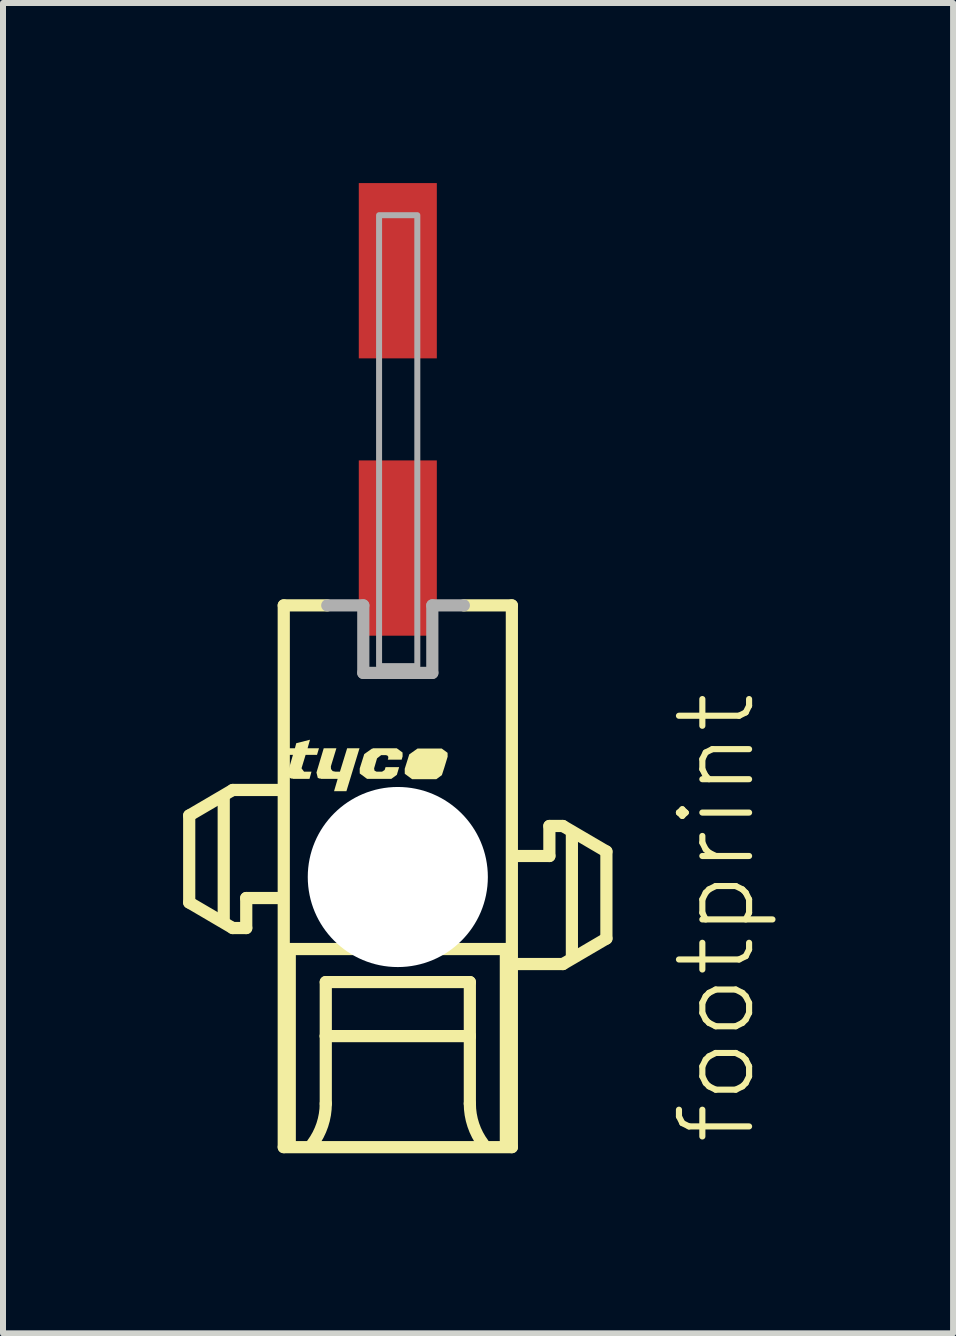
<source format=kicad_pcb>
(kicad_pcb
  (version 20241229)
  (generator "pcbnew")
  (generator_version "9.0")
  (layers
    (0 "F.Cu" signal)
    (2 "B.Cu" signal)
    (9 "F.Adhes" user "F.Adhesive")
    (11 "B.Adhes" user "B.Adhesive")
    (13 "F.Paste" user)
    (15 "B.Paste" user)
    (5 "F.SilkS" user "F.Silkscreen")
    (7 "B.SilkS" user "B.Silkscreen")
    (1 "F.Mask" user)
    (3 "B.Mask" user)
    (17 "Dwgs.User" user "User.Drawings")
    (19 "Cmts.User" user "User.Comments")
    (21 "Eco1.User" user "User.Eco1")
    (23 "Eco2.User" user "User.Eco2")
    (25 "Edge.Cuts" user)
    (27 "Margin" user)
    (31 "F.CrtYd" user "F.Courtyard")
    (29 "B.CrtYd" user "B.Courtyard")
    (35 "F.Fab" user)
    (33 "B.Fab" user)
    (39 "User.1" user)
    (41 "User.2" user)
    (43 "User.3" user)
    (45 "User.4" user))
  (footprint "footprint"
    (layer "F.Cu")
    (at 3.577 11.56)
    (property "Reference" "footprint" (at 6 4.5 90) (layer "F.SilkS") (effects (font (size 1.168 1.168) (thickness 0.102)) (justify left bottom)))
    (fp_line (start -3.475 -1.025) (end -3.475 0.425) (stroke (width 0.203) (type solid)) (layer "F.SilkS"))
    (fp_line (start -3.475 0.425) (end -2.75 0.85) (stroke (width 0.203) (type solid)) (layer "F.SilkS"))
    (fp_line (start -2.9 0.7) (end -2.9 -1.3) (stroke (width 0.203) (type solid)) (layer "F.SilkS"))
    (fp_line (start -2.75 -1.45) (end -3.475 -1.025) (stroke (width 0.203) (type solid)) (layer "F.SilkS"))
    (fp_line (start -2.75 0.85) (end -2.525 0.85) (stroke (width 0.203) (type solid)) (layer "F.SilkS"))
    (fp_line (start -2.525 0.35) (end -2 0.35) (stroke (width 0.203) (type solid)) (layer "F.SilkS"))
    (fp_line (start -2.525 0.85) (end -2.525 0.35) (stroke (width 0.203) (type solid)) (layer "F.SilkS"))
    (fp_line (start -2 -1.45) (end -2.75 -1.45) (stroke (width 0.203) (type solid)) (layer "F.SilkS"))
    (fp_line (start -1.9 -4.525) (end -1.9 4.5) (stroke (width 0.203) (type solid)) (layer "F.SilkS"))
    (fp_line (start -1.9 -4.525) (end -1.175 -4.525) (stroke (width 0.203) (type solid)) (layer "F.SilkS"))
    (fp_line (start -1.9 4.5) (end 1.9 4.5) (stroke (width 0.203) (type solid)) (layer "F.SilkS"))
    (fp_line (start -1.8 1.2) (end 1.8 1.2) (stroke (width 0.203) (type solid)) (layer "F.SilkS"))
    (fp_line (start -1.8 4.4) (end -1.8 1.2) (stroke (width 0.203) (type solid)) (layer "F.SilkS"))
    (fp_line (start -1.2 1.75) (end -1.2 2.65) (stroke (width 0.203) (type solid)) (layer "F.SilkS"))
    (fp_line (start -1.2 2.65) (end -1.2 3.775) (stroke (width 0.203) (type solid)) (layer "F.SilkS"))
    (fp_line (start -1.2 2.65) (end 1.2 2.65) (stroke (width 0.203) (type solid)) (layer "F.SilkS"))
    (fp_line (start 1.2 1.75) (end -1.2 1.75) (stroke (width 0.203) (type solid)) (layer "F.SilkS"))
    (fp_line (start 1.2 2.65) (end 1.2 1.75) (stroke (width 0.203) (type solid)) (layer "F.SilkS"))
    (fp_line (start 1.2 2.65) (end 1.2 3.775) (stroke (width 0.203) (type solid)) (layer "F.SilkS"))
    (fp_line (start 1.8 1.2) (end 1.8 4.4) (stroke (width 0.203) (type solid)) (layer "F.SilkS"))
    (fp_line (start 1.9 -4.525) (end 1.1 -4.525) (stroke (width 0.203) (type solid)) (layer "F.SilkS"))
    (fp_line (start 1.9 4.5) (end 1.9 -4.525) (stroke (width 0.203) (type solid)) (layer "F.SilkS"))
    (fp_line (start 2 1.45) (end 2.75 1.45) (stroke (width 0.203) (type solid)) (layer "F.SilkS"))
    (fp_line (start 2.525 -0.85) (end 2.525 -0.35) (stroke (width 0.203) (type solid)) (layer "F.SilkS"))
    (fp_line (start 2.525 -0.35) (end 2 -0.35) (stroke (width 0.203) (type solid)) (layer "F.SilkS"))
    (fp_line (start 2.75 -0.85) (end 2.525 -0.85) (stroke (width 0.203) (type solid)) (layer "F.SilkS"))
    (fp_line (start 2.75 1.45) (end 3.475 1.025) (stroke (width 0.203) (type solid)) (layer "F.SilkS"))
    (fp_line (start 2.9 1.3) (end 2.9 -0.7) (stroke (width 0.203) (type solid)) (layer "F.SilkS"))
    (fp_line (start 3.475 -0.425) (end 2.75 -0.85) (stroke (width 0.203) (type solid)) (layer "F.SilkS"))
    (fp_line (start 3.475 1.025) (end 3.475 -0.425) (stroke (width 0.203) (type solid)) (layer "F.SilkS"))
    (fp_arc (start -1.2 3.775) (mid -1.257731 4.130756) (end -1.425 4.449999) (stroke (width 0.2032) (type solid)) (layer "F.SilkS"))
    (fp_arc (start 1.425 4.449999) (mid 1.257732 4.130756) (end 1.2 3.775) (stroke (width 0.2032) (type solid)) (layer "F.SilkS"))
    (fp_poly (pts (xy 0.829 -2.069) (xy 0.83 -2.004) (xy 0.777 -1.83) (xy 0.777 -1.83) (xy 0.775 -1.823) (xy 0.774 -1.82) (xy 0.774 -1.82) (xy 0.734 -1.697) (xy 0.642 -1.63) (xy 0.238 -1.63) (xy 0.116 -1.72) (xy 0.115 -1.801) (xy 0.115 -1.802) (xy 0.191 -2.043) (xy 0.328 -2.14) (xy 0.732 -2.14)) (stroke (width 0) (type solid)) (fill yes) (layer "F.SilkS"))
    (fp_poly (pts (xy -1.115 -1.844) (xy -1.113 -1.799) (xy -1.085 -1.764) (xy -1.039 -1.755) (xy -0.964 -1.755) (xy -0.844 -2.145) (xy -0.638 -2.145) (xy -0.856 -1.43) (xy -1.062 -1.43) (xy -1.002 -1.635) (xy -1.28 -1.635) (xy -1.28 -1.645) (xy -1.285 -1.645) (xy -1.285 -1.64) (xy -1.287 -1.635) (xy -1.333 -1.651) (xy -1.355 -1.74) (xy -1.234 -2.145) (xy -1.023 -2.145)) (stroke (width 0) (type solid)) (fill yes) (layer "F.SilkS"))
    (fp_poly (pts (xy -1.503 -2.145) (xy -1.313 -2.145) (xy -1.346 -2.035) (xy -1.536 -2.035) (xy -1.604 -1.811) (xy -1.562 -1.755) (xy -1.438 -1.755) (xy -1.471 -1.635) (xy -1.75 -1.635) (xy -1.75 -1.645) (xy -1.755 -1.645) (xy -1.755 -1.64) (xy -1.757 -1.635) (xy -1.807 -1.653) (xy -1.83 -1.75) (xy -1.747 -2.035) (xy -1.902 -2.035) (xy -1.869 -2.145) (xy -1.714 -2.145) (xy -1.692 -2.229) (xy -1.463 -2.287)) (stroke (width 0) (type solid)) (fill yes) (layer "F.SilkS"))
    (fp_poly (pts (xy 0.079 -2.074) (xy 0.08 -2.01) (xy 0.08 -2.009) (xy 0.064 -1.955) (xy -0.167 -1.955) (xy -0.16 -1.976) (xy -0.158 -2.001) (xy -0.172 -2.022) (xy -0.196 -2.03) (xy -0.278 -2.03) (xy -0.346 -1.977) (xy -0.395 -1.81) (xy -0.388 -1.772) (xy -0.354 -1.755) (xy -0.262 -1.755) (xy -0.219 -1.783) (xy -0.204 -1.83) (xy 0.022 -1.83) (xy -0.016 -1.702) (xy -0.108 -1.635) (xy -0.512 -1.635) (xy -0.634 -1.725) (xy -0.635 -1.805) (xy -0.635 -1.806) (xy -0.559 -2.048) (xy -0.423 -2.144) (xy -0.42 -2.14) (xy -0.42 -2.135) (xy -0.415 -2.135) (xy -0.415 -2.145) (xy -0.018 -2.145)) (stroke (width 0) (type solid)) (fill yes) (layer "F.SilkS"))
    (fp_line (start -0.575 -4.525) (end -1.175 -4.525) (stroke (width 0.203) (type solid)) (layer "F.Fab"))
    (fp_line (start -0.575 -3.4) (end -0.575 -4.525) (stroke (width 0.203) (type solid)) (layer "F.Fab"))
    (fp_line (start 0.575 -4.525) (end 0.575 -3.4) (stroke (width 0.203) (type solid)) (layer "F.Fab"))
    (fp_line (start 0.575 -3.4) (end -0.575 -3.4) (stroke (width 0.203) (type solid)) (layer "F.Fab"))
    (fp_line (start 1.1 -4.525) (end 0.575 -4.525) (stroke (width 0.203) (type solid)) (layer "F.Fab"))
    (fp_poly (pts (xy -0.312 -3.513) (xy 0.325 -3.513) (xy 0.325 -11.025) (xy -0.312 -11.025)) (stroke (width 0.1) (type solid)) (fill no) (layer "F.Fab"))
    (pad "" np_thru_hole circle (at 0 0) (size 3 3) (drill 3) (layers "*.Cu" "*.Mask"))
    (pad "1" smd rect (at 0 -10.1) (size 1.3 2.92) (layers "F.Cu" "F.Mask" "F.Paste"))
    (pad "2" smd rect (at 0 -5.48) (size 1.3 2.92) (layers "F.Cu" "F.Mask" "F.Paste")))
  (gr_rect
    (start -3 -3)
    (end 12.827 19.162)
    (stroke (width 0.1) (type default))
    (fill no)
    (layer "Edge.Cuts")))
</source>
